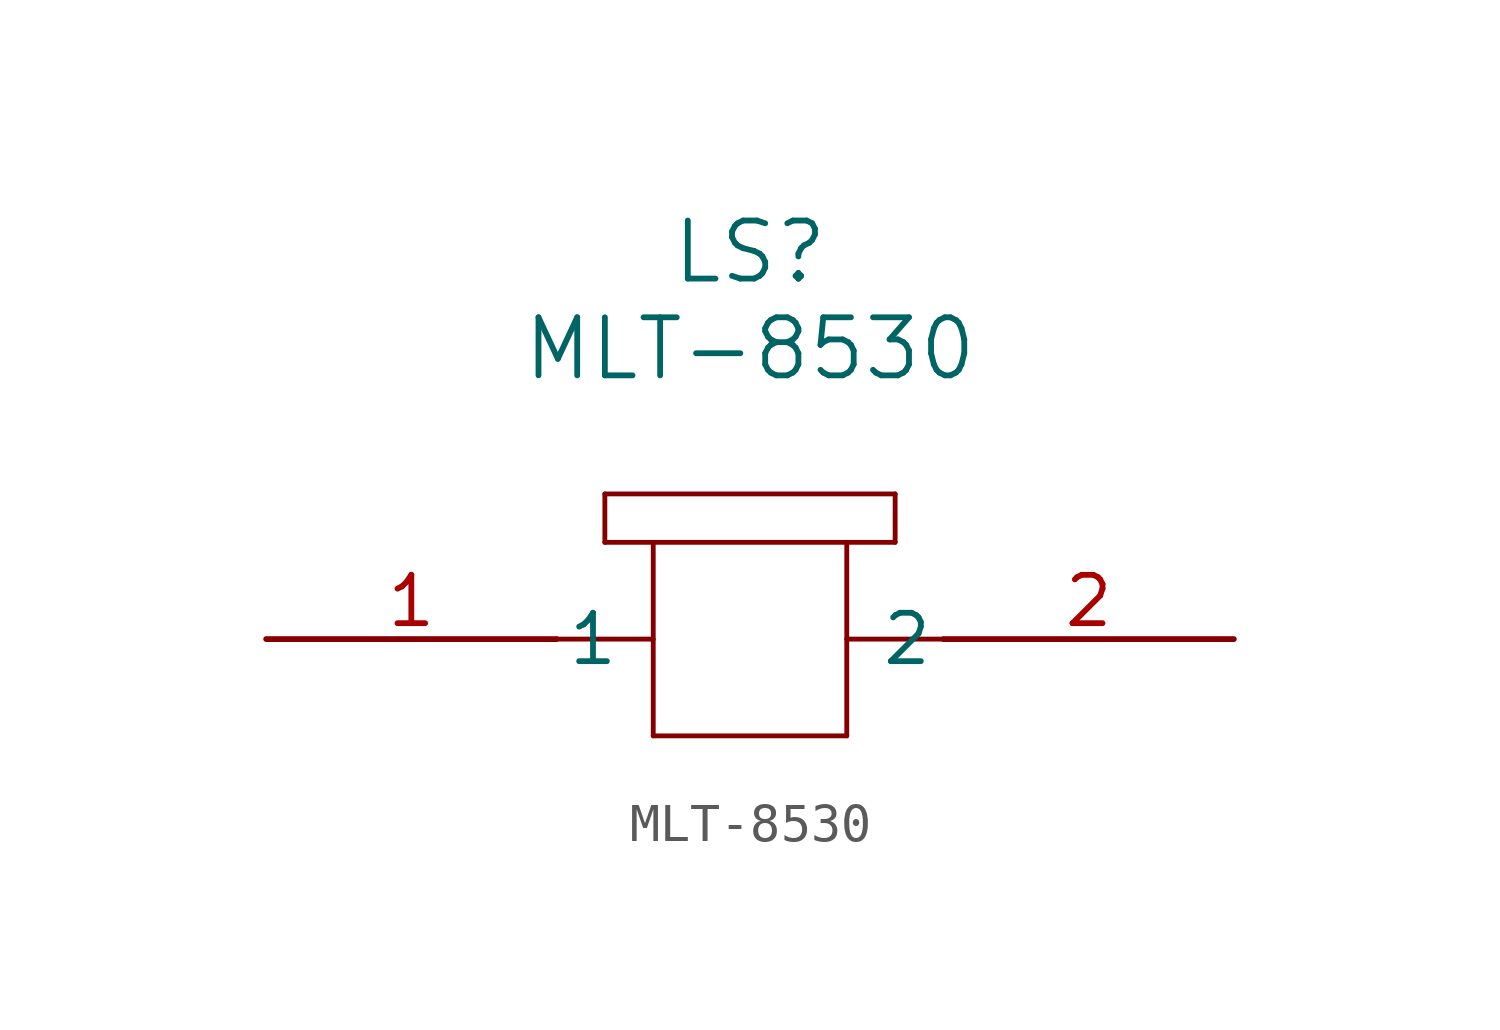
<source format=kicad_sym>
(kicad_symbol_lib
  (version 20211014)
  (generator kicad_symbol_editor)
  (symbol "MLT-8530"
    (pin_names
      (offset 0.254))
    (property "Reference" "LS"
      (at 12.7 10.16 0)
      (effects (font (size 1.524 1.524))))
    (property "Value" "MLT-8530"
      (at 12.7 7.62 0)
      (effects (font (size 1.524 1.524))))
    (symbol "MLT-8530_0_1"
      (polyline (pts (xy 7.62 0) (xy 10.16 0)) (stroke (width 0.127) (type default) (color 0 0 0 0)) (fill (type none)))
      (polyline (pts (xy 17.78 0) (xy 15.24 0)) (stroke (width 0.127) (type default) (color 0 0 0 0)) (fill (type none)))
      (polyline (pts (xy 10.16 2.54) (xy 10.16 -2.54)) (stroke (width 0.127) (type default) (color 0 0 0 0)) (fill (type none)))
      (polyline (pts (xy 10.16 -2.54) (xy 15.24 -2.54)) (stroke (width 0.127) (type default) (color 0 0 0 0)) (fill (type none)))
      (polyline (pts (xy 15.24 -2.54) (xy 15.24 2.54)) (stroke (width 0.127) (type default) (color 0 0 0 0)) (fill (type none)))
      (polyline (pts (xy 16.51 2.54) (xy 8.89 2.54)) (stroke (width 0.127) (type default) (color 0 0 0 0)) (fill (type none)))
      (polyline (pts (xy 8.89 3.81) (xy 8.89 2.54)) (stroke (width 0.127) (type default) (color 0 0 0 0)) (fill (type none)))
      (polyline (pts (xy 8.89 3.81) (xy 16.51 3.81)) (stroke (width 0.127) (type default) (color 0 0 0 0)) (fill (type none)))
      (polyline (pts (xy 16.51 3.81) (xy 16.51 2.54)) (stroke (width 0.127) (type default) (color 0 0 0 0)) (fill (type none)))
      (pin unspecified line (at 0 0 0) (length 7.62) (name "1" (effects (font (size 1.27 1.27)))) (number "1" (effects (font (size 1.27 1.27)))))
      (pin unspecified line (at 25.4 0 180) (length 7.62) (name "2" (effects (font (size 1.27 1.27)))) (number "2" (effects (font (size 1.27 1.27))))))))
</source>
